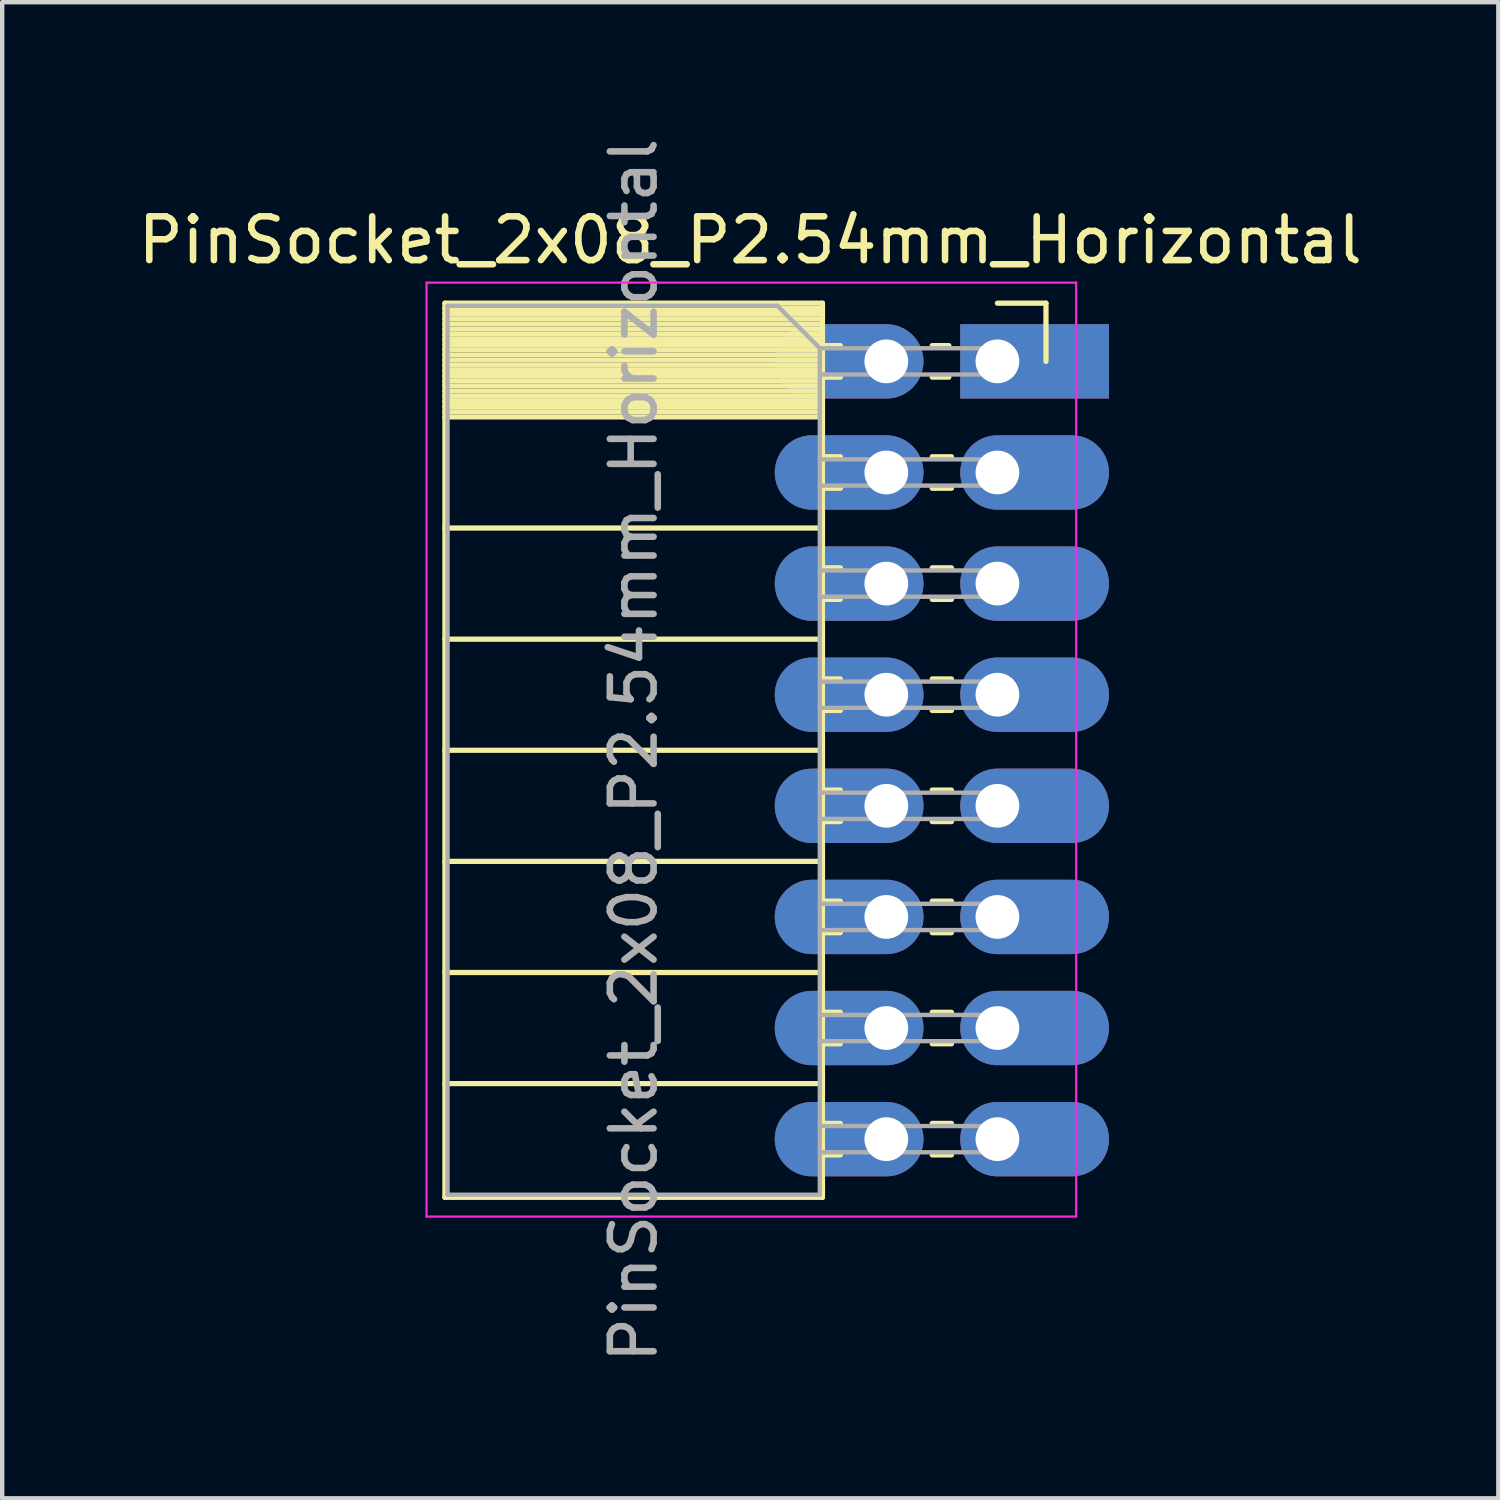
<source format=kicad_pcb>
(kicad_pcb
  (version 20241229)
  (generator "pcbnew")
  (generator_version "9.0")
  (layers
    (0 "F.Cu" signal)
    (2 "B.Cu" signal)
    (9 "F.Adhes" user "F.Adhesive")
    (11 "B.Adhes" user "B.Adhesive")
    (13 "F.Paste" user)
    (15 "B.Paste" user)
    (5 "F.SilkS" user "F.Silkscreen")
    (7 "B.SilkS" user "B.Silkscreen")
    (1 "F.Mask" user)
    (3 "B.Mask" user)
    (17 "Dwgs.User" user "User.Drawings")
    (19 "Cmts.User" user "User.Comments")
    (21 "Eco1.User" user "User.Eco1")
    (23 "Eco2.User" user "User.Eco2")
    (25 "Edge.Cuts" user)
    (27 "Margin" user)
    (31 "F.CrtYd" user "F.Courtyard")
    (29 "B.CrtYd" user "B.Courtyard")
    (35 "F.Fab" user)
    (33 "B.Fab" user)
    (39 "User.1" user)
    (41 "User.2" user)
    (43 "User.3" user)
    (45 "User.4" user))
  (footprint "PinSocket_2x08_P2.54mm_Horizontal"
    (layer "F.Cu")
    (at 19.751 5.211)
    (property "Reference" "PinSocket_2x08_P2.54mm_Horizontal" (at -5.65 -2.77 0) (layer "F.SilkS") (effects (font (size 1 1) (thickness 0.15))))
    (attr through_hole)
    (fp_line (start -12.63 -1.33) (end -12.63 19.11) (stroke (width 0.12) (type solid)) (layer "F.SilkS"))
    (fp_line (start -12.63 -1.33) (end -4 -1.33) (stroke (width 0.12) (type solid)) (layer "F.SilkS"))
    (fp_line (start -12.63 -1.21) (end -4 -1.21) (stroke (width 0.12) (type solid)) (layer "F.SilkS"))
    (fp_line (start -12.63 -1.092) (end -4 -1.092) (stroke (width 0.12) (type solid)) (layer "F.SilkS"))
    (fp_line (start -12.63 -0.974) (end -4 -0.974) (stroke (width 0.12) (type solid)) (layer "F.SilkS"))
    (fp_line (start -12.63 -0.856) (end -4 -0.856) (stroke (width 0.12) (type solid)) (layer "F.SilkS"))
    (fp_line (start -12.63 -0.738) (end -4 -0.738) (stroke (width 0.12) (type solid)) (layer "F.SilkS"))
    (fp_line (start -12.63 -0.62) (end -4 -0.62) (stroke (width 0.12) (type solid)) (layer "F.SilkS"))
    (fp_line (start -12.63 -0.501) (end -4 -0.501) (stroke (width 0.12) (type solid)) (layer "F.SilkS"))
    (fp_line (start -12.63 -0.383) (end -4 -0.383) (stroke (width 0.12) (type solid)) (layer "F.SilkS"))
    (fp_line (start -12.63 -0.265) (end -4 -0.265) (stroke (width 0.12) (type solid)) (layer "F.SilkS"))
    (fp_line (start -12.63 -0.147) (end -4 -0.147) (stroke (width 0.12) (type solid)) (layer "F.SilkS"))
    (fp_line (start -12.63 -0.029) (end -4 -0.029) (stroke (width 0.12) (type solid)) (layer "F.SilkS"))
    (fp_line (start -12.63 0.089) (end -4 0.089) (stroke (width 0.12) (type solid)) (layer "F.SilkS"))
    (fp_line (start -12.63 0.207) (end -4 0.207) (stroke (width 0.12) (type solid)) (layer "F.SilkS"))
    (fp_line (start -12.63 0.325) (end -4 0.325) (stroke (width 0.12) (type solid)) (layer "F.SilkS"))
    (fp_line (start -12.63 0.443) (end -4 0.443) (stroke (width 0.12) (type solid)) (layer "F.SilkS"))
    (fp_line (start -12.63 0.561) (end -4 0.561) (stroke (width 0.12) (type solid)) (layer "F.SilkS"))
    (fp_line (start -12.63 0.68) (end -4 0.68) (stroke (width 0.12) (type solid)) (layer "F.SilkS"))
    (fp_line (start -12.63 0.798) (end -4 0.798) (stroke (width 0.12) (type solid)) (layer "F.SilkS"))
    (fp_line (start -12.63 0.916) (end -4 0.916) (stroke (width 0.12) (type solid)) (layer "F.SilkS"))
    (fp_line (start -12.63 1.034) (end -4 1.034) (stroke (width 0.12) (type solid)) (layer "F.SilkS"))
    (fp_line (start -12.63 1.152) (end -4 1.152) (stroke (width 0.12) (type solid)) (layer "F.SilkS"))
    (fp_line (start -12.63 1.27) (end -4 1.27) (stroke (width 0.12) (type solid)) (layer "F.SilkS"))
    (fp_line (start -12.63 3.81) (end -4 3.81) (stroke (width 0.12) (type solid)) (layer "F.SilkS"))
    (fp_line (start -12.63 6.35) (end -4 6.35) (stroke (width 0.12) (type solid)) (layer "F.SilkS"))
    (fp_line (start -12.63 8.89) (end -4 8.89) (stroke (width 0.12) (type solid)) (layer "F.SilkS"))
    (fp_line (start -12.63 11.43) (end -4 11.43) (stroke (width 0.12) (type solid)) (layer "F.SilkS"))
    (fp_line (start -12.63 13.97) (end -4 13.97) (stroke (width 0.12) (type solid)) (layer "F.SilkS"))
    (fp_line (start -12.63 16.51) (end -4 16.51) (stroke (width 0.12) (type solid)) (layer "F.SilkS"))
    (fp_line (start -12.63 19.11) (end -4 19.11) (stroke (width 0.12) (type solid)) (layer "F.SilkS"))
    (fp_line (start -4 -1.33) (end -4 19.11) (stroke (width 0.12) (type solid)) (layer "F.SilkS"))
    (fp_line (start -4 -0.36) (end -3.59 -0.36) (stroke (width 0.12) (type solid)) (layer "F.SilkS"))
    (fp_line (start -4 0.36) (end -3.59 0.36) (stroke (width 0.12) (type solid)) (layer "F.SilkS"))
    (fp_line (start -4 2.18) (end -3.59 2.18) (stroke (width 0.12) (type solid)) (layer "F.SilkS"))
    (fp_line (start -4 2.9) (end -3.59 2.9) (stroke (width 0.12) (type solid)) (layer "F.SilkS"))
    (fp_line (start -4 4.72) (end -3.59 4.72) (stroke (width 0.12) (type solid)) (layer "F.SilkS"))
    (fp_line (start -4 5.44) (end -3.59 5.44) (stroke (width 0.12) (type solid)) (layer "F.SilkS"))
    (fp_line (start -4 7.26) (end -3.59 7.26) (stroke (width 0.12) (type solid)) (layer "F.SilkS"))
    (fp_line (start -4 7.98) (end -3.59 7.98) (stroke (width 0.12) (type solid)) (layer "F.SilkS"))
    (fp_line (start -4 9.8) (end -3.59 9.8) (stroke (width 0.12) (type solid)) (layer "F.SilkS"))
    (fp_line (start -4 10.52) (end -3.59 10.52) (stroke (width 0.12) (type solid)) (layer "F.SilkS"))
    (fp_line (start -4 12.34) (end -3.59 12.34) (stroke (width 0.12) (type solid)) (layer "F.SilkS"))
    (fp_line (start -4 13.06) (end -3.59 13.06) (stroke (width 0.12) (type solid)) (layer "F.SilkS"))
    (fp_line (start -4 14.88) (end -3.59 14.88) (stroke (width 0.12) (type solid)) (layer "F.SilkS"))
    (fp_line (start -4 15.6) (end -3.59 15.6) (stroke (width 0.12) (type solid)) (layer "F.SilkS"))
    (fp_line (start -4 17.42) (end -3.59 17.42) (stroke (width 0.12) (type solid)) (layer "F.SilkS"))
    (fp_line (start -4 18.14) (end -3.59 18.14) (stroke (width 0.12) (type solid)) (layer "F.SilkS"))
    (fp_line (start -1.49 -0.36) (end -1.11 -0.36) (stroke (width 0.12) (type solid)) (layer "F.SilkS"))
    (fp_line (start -1.49 0.36) (end -1.11 0.36) (stroke (width 0.12) (type solid)) (layer "F.SilkS"))
    (fp_line (start -1.49 2.18) (end -1.05 2.18) (stroke (width 0.12) (type solid)) (layer "F.SilkS"))
    (fp_line (start -1.49 2.9) (end -1.05 2.9) (stroke (width 0.12) (type solid)) (layer "F.SilkS"))
    (fp_line (start -1.49 4.72) (end -1.05 4.72) (stroke (width 0.12) (type solid)) (layer "F.SilkS"))
    (fp_line (start -1.49 5.44) (end -1.05 5.44) (stroke (width 0.12) (type solid)) (layer "F.SilkS"))
    (fp_line (start -1.49 7.26) (end -1.05 7.26) (stroke (width 0.12) (type solid)) (layer "F.SilkS"))
    (fp_line (start -1.49 7.98) (end -1.05 7.98) (stroke (width 0.12) (type solid)) (layer "F.SilkS"))
    (fp_line (start -1.49 9.8) (end -1.05 9.8) (stroke (width 0.12) (type solid)) (layer "F.SilkS"))
    (fp_line (start -1.49 10.52) (end -1.05 10.52) (stroke (width 0.12) (type solid)) (layer "F.SilkS"))
    (fp_line (start -1.49 12.34) (end -1.05 12.34) (stroke (width 0.12) (type solid)) (layer "F.SilkS"))
    (fp_line (start -1.49 13.06) (end -1.05 13.06) (stroke (width 0.12) (type solid)) (layer "F.SilkS"))
    (fp_line (start -1.49 14.88) (end -1.05 14.88) (stroke (width 0.12) (type solid)) (layer "F.SilkS"))
    (fp_line (start -1.49 15.6) (end -1.05 15.6) (stroke (width 0.12) (type solid)) (layer "F.SilkS"))
    (fp_line (start -1.49 17.42) (end -1.05 17.42) (stroke (width 0.12) (type solid)) (layer "F.SilkS"))
    (fp_line (start -1.49 18.14) (end -1.05 18.14) (stroke (width 0.12) (type solid)) (layer "F.SilkS"))
    (fp_line (start 0 -1.33) (end 1.11 -1.33) (stroke (width 0.12) (type solid)) (layer "F.SilkS"))
    (fp_line (start 1.11 -1.33) (end 1.11 0) (stroke (width 0.12) (type solid)) (layer "F.SilkS"))
    (fp_line (start -13.05 -1.8) (end -13.05 19.55) (stroke (width 0.05) (type solid)) (layer "F.CrtYd"))
    (fp_line (start -13.05 19.55) (end 1.8 19.55) (stroke (width 0.05) (type solid)) (layer "F.CrtYd"))
    (fp_line (start 1.8 -1.8) (end -13.05 -1.8) (stroke (width 0.05) (type solid)) (layer "F.CrtYd"))
    (fp_line (start 1.8 19.55) (end 1.8 -1.8) (stroke (width 0.05) (type solid)) (layer "F.CrtYd"))
    (fp_line (start -12.57 -1.27) (end -5.03 -1.27) (stroke (width 0.1) (type solid)) (layer "F.Fab"))
    (fp_line (start -12.57 19.05) (end -12.57 -1.27) (stroke (width 0.1) (type solid)) (layer "F.Fab"))
    (fp_line (start -5.03 -1.27) (end -4.06 -0.3) (stroke (width 0.1) (type solid)) (layer "F.Fab"))
    (fp_line (start -4.06 -0.3) (end -4.06 19.05) (stroke (width 0.1) (type solid)) (layer "F.Fab"))
    (fp_line (start -4.06 0.3) (end 0 0.3) (stroke (width 0.1) (type solid)) (layer "F.Fab"))
    (fp_line (start -4.06 2.84) (end 0 2.84) (stroke (width 0.1) (type solid)) (layer "F.Fab"))
    (fp_line (start -4.06 5.38) (end 0 5.38) (stroke (width 0.1) (type solid)) (layer "F.Fab"))
    (fp_line (start -4.06 7.92) (end 0 7.92) (stroke (width 0.1) (type solid)) (layer "F.Fab"))
    (fp_line (start -4.06 10.46) (end 0 10.46) (stroke (width 0.1) (type solid)) (layer "F.Fab"))
    (fp_line (start -4.06 13) (end 0 13) (stroke (width 0.1) (type solid)) (layer "F.Fab"))
    (fp_line (start -4.06 15.54) (end 0 15.54) (stroke (width 0.1) (type solid)) (layer "F.Fab"))
    (fp_line (start -4.06 18.08) (end 0 18.08) (stroke (width 0.1) (type solid)) (layer "F.Fab"))
    (fp_line (start -4.06 19.05) (end -12.57 19.05) (stroke (width 0.1) (type solid)) (layer "F.Fab"))
    (fp_line (start 0 -0.3) (end -4.06 -0.3) (stroke (width 0.1) (type solid)) (layer "F.Fab"))
    (fp_line (start 0 0.3) (end 0 -0.3) (stroke (width 0.1) (type solid)) (layer "F.Fab"))
    (fp_line (start 0 2.24) (end -4.06 2.24) (stroke (width 0.1) (type solid)) (layer "F.Fab"))
    (fp_line (start 0 2.84) (end 0 2.24) (stroke (width 0.1) (type solid)) (layer "F.Fab"))
    (fp_line (start 0 4.78) (end -4.06 4.78) (stroke (width 0.1) (type solid)) (layer "F.Fab"))
    (fp_line (start 0 5.38) (end 0 4.78) (stroke (width 0.1) (type solid)) (layer "F.Fab"))
    (fp_line (start 0 7.32) (end -4.06 7.32) (stroke (width 0.1) (type solid)) (layer "F.Fab"))
    (fp_line (start 0 7.92) (end 0 7.32) (stroke (width 0.1) (type solid)) (layer "F.Fab"))
    (fp_line (start 0 9.86) (end -4.06 9.86) (stroke (width 0.1) (type solid)) (layer "F.Fab"))
    (fp_line (start 0 10.46) (end 0 9.86) (stroke (width 0.1) (type solid)) (layer "F.Fab"))
    (fp_line (start 0 12.4) (end -4.06 12.4) (stroke (width 0.1) (type solid)) (layer "F.Fab"))
    (fp_line (start 0 13) (end 0 12.4) (stroke (width 0.1) (type solid)) (layer "F.Fab"))
    (fp_line (start 0 14.94) (end -4.06 14.94) (stroke (width 0.1) (type solid)) (layer "F.Fab"))
    (fp_line (start 0 15.54) (end 0 14.94) (stroke (width 0.1) (type solid)) (layer "F.Fab"))
    (fp_line (start 0 17.48) (end -4.06 17.48) (stroke (width 0.1) (type solid)) (layer "F.Fab"))
    (fp_line (start 0 18.08) (end 0 17.48) (stroke (width 0.1) (type solid)) (layer "F.Fab"))
    (fp_text user "${REFERENCE}" (at -8.315 8.89 90) (layer "F.Fab") (effects (font (size 1 1) (thickness 0.15))))
    (pad "1" thru_hole rect (at 0 0) (size 3.4 1.7) (drill 1 (offset 0.85 0)) (layers "*.Cu" "*.Mask"))
    (pad "2" thru_hole oval (at -2.54 0) (size 3.4 1.7) (drill 1 (offset -0.85 0)) (layers "*.Cu" "*.Mask"))
    (pad "3" thru_hole oval (at 0 2.54) (size 3.4 1.7) (drill 1 (offset 0.85 0)) (layers "*.Cu" "*.Mask"))
    (pad "4" thru_hole oval (at -2.54 2.54) (size 3.4 1.7) (drill 1 (offset -0.85 0)) (layers "*.Cu" "*.Mask"))
    (pad "5" thru_hole oval (at 0 5.08) (size 3.4 1.7) (drill 1 (offset 0.85 0)) (layers "*.Cu" "*.Mask"))
    (pad "6" thru_hole oval (at -2.54 5.08) (size 3.4 1.7) (drill 1 (offset -0.85 0)) (layers "*.Cu" "*.Mask"))
    (pad "7" thru_hole oval (at 0 7.62) (size 3.4 1.7) (drill 1 (offset 0.85 0)) (layers "*.Cu" "*.Mask"))
    (pad "8" thru_hole oval (at -2.54 7.62) (size 3.4 1.7) (drill 1 (offset -0.85 0)) (layers "*.Cu" "*.Mask"))
    (pad "9" thru_hole oval (at 0 10.16) (size 3.4 1.7) (drill 1 (offset 0.85 0)) (layers "*.Cu" "*.Mask"))
    (pad "10" thru_hole oval (at -2.54 10.16) (size 3.4 1.7) (drill 1 (offset -0.85 0)) (layers "*.Cu" "*.Mask"))
    (pad "11" thru_hole oval (at 0 12.7) (size 3.4 1.7) (drill 1 (offset 0.85 0)) (layers "*.Cu" "*.Mask"))
    (pad "12" thru_hole oval (at -2.54 12.7) (size 3.4 1.7) (drill 1 (offset -0.85 0)) (layers "*.Cu" "*.Mask"))
    (pad "13" thru_hole oval (at 0 15.24) (size 3.4 1.7) (drill 1 (offset 0.85 0)) (layers "*.Cu" "*.Mask"))
    (pad "14" thru_hole oval (at -2.54 15.24) (size 3.4 1.7) (drill 1 (offset -0.85 0)) (layers "*.Cu" "*.Mask"))
    (pad "15" thru_hole oval (at 0 17.78) (size 3.4 1.7) (drill 1 (offset 0.85 0)) (layers "*.Cu" "*.Mask"))
    (pad "16" thru_hole oval (at -2.54 17.78) (size 3.4 1.7) (drill 1 (offset -0.85 0)) (layers "*.Cu" "*.Mask")))
  (gr_rect
    (start -3 -3)
    (end 31.202 31.202)
    (stroke (width 0.1) (type default))
    (fill no)
    (layer "Edge.Cuts")))
</source>
